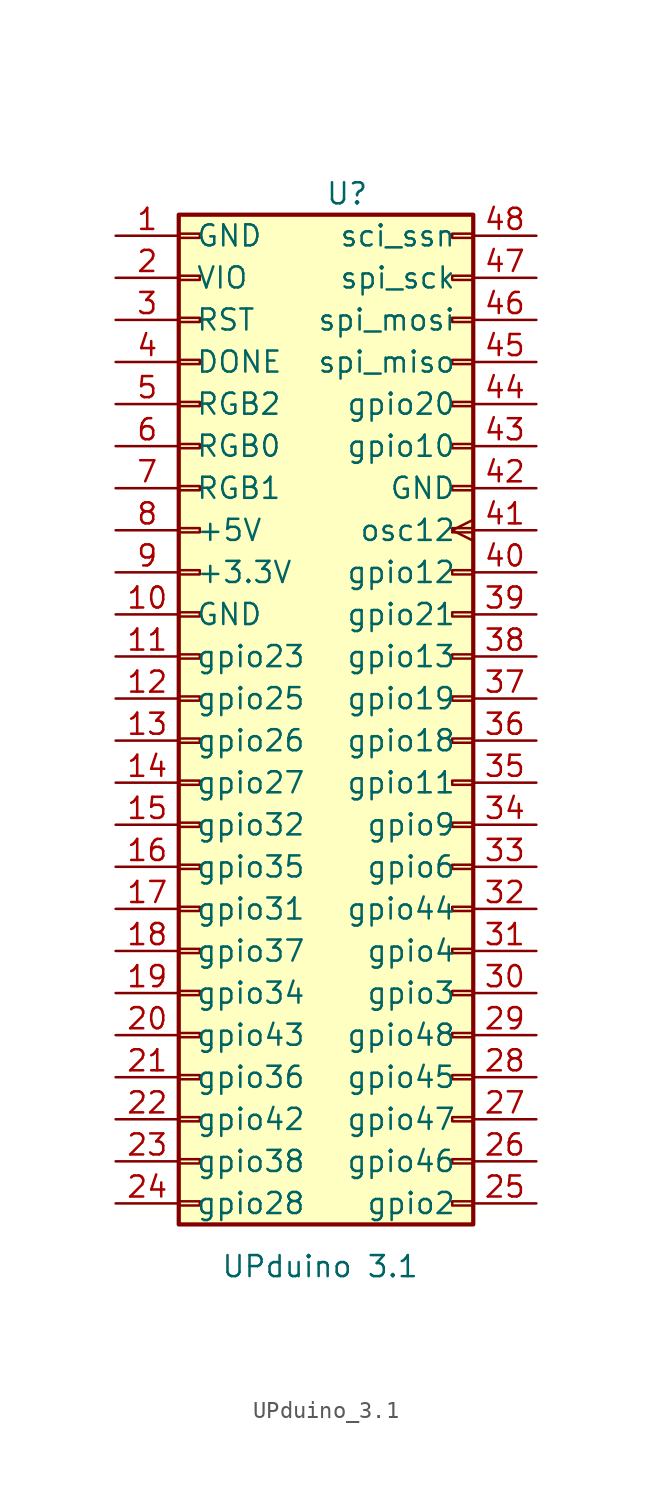
<source format=kicad_sym>
(kicad_symbol_lib
  (version 20220914)
  (generator kicad_symbol_editor)
  (symbol "UPduino_3.1"
    (pin_names
      (offset 1.016))
    (property "Reference" "U"
      (at 1.27 29.21 0)
      (effects (font (size 1.27 1.27))))
    (property "Value" "UPduino 3.1"
      (at -6.35 -35.56 0)
      (effects (font (size 1.27 1.27)) (justify left)))
    (symbol "UPduino_3.1_1_1"
      (rectangle (start -8.89 -31.623) (end -7.62 -31.877) (stroke (width 0.152) (type default)) (fill (type none)))
      (rectangle (start -8.89 -29.083) (end -7.62 -29.337) (stroke (width 0.152) (type default)) (fill (type none)))
      (rectangle (start -8.89 -26.543) (end -7.62 -26.797) (stroke (width 0.152) (type default)) (fill (type none)))
      (rectangle (start -8.89 -24.003) (end -7.62 -24.257) (stroke (width 0.152) (type default)) (fill (type none)))
      (rectangle (start -8.89 -21.463) (end -7.62 -21.717) (stroke (width 0.152) (type default)) (fill (type none)))
      (rectangle (start -8.89 -18.923) (end -7.62 -19.177) (stroke (width 0.152) (type default)) (fill (type none)))
      (rectangle (start -8.89 -16.383) (end -7.62 -16.637) (stroke (width 0.152) (type default)) (fill (type none)))
      (rectangle (start -8.89 -13.843) (end -7.62 -14.097) (stroke (width 0.152) (type default)) (fill (type none)))
      (rectangle (start -8.89 -11.303) (end -7.62 -11.557) (stroke (width 0.152) (type default)) (fill (type none)))
      (rectangle (start -8.89 -8.763) (end -7.62 -9.017) (stroke (width 0.152) (type default)) (fill (type none)))
      (rectangle (start -8.89 -6.223) (end -7.62 -6.477) (stroke (width 0.152) (type default)) (fill (type none)))
      (rectangle (start -8.89 -3.683) (end -7.62 -3.937) (stroke (width 0.152) (type default)) (fill (type none)))
      (rectangle (start -8.89 -1.143) (end -7.62 -1.397) (stroke (width 0.152) (type default)) (fill (type none)))
      (rectangle (start -8.89 1.397) (end -7.62 1.143) (stroke (width 0.152) (type default)) (fill (type none)))
      (rectangle (start -8.89 3.937) (end -7.62 3.683) (stroke (width 0.152) (type default)) (fill (type none)))
      (rectangle (start -8.89 6.477) (end -7.62 6.223) (stroke (width 0.152) (type default)) (fill (type none)))
      (rectangle (start -8.89 9.017) (end -7.62 8.763) (stroke (width 0.152) (type default)) (fill (type none)))
      (rectangle (start -8.89 11.557) (end -7.62 11.303) (stroke (width 0.152) (type default)) (fill (type none)))
      (rectangle (start -8.89 14.097) (end -7.62 13.843) (stroke (width 0.152) (type default)) (fill (type none)))
      (rectangle (start -8.89 16.637) (end -7.62 16.383) (stroke (width 0.152) (type default)) (fill (type none)))
      (rectangle (start -8.89 19.177) (end -7.62 18.923) (stroke (width 0.152) (type default)) (fill (type none)))
      (rectangle (start -8.89 21.717) (end -7.62 21.463) (stroke (width 0.152) (type default)) (fill (type none)))
      (rectangle (start -8.89 24.257) (end -7.62 24.003) (stroke (width 0.152) (type default)) (fill (type none)))
      (rectangle (start -8.89 26.797) (end -7.62 26.543) (stroke (width 0.152) (type default)) (fill (type none)))
      (rectangle (start -8.89 27.94) (end 8.89 -33.02) (stroke (width 0.254) (type default)) (fill (type background)))
      (rectangle (start 8.89 -31.623) (end 7.62 -31.877) (stroke (width 0.152) (type default)) (fill (type none)))
      (rectangle (start 8.89 -29.083) (end 7.62 -29.337) (stroke (width 0.152) (type default)) (fill (type none)))
      (rectangle (start 8.89 -26.543) (end 7.62 -26.797) (stroke (width 0.152) (type default)) (fill (type none)))
      (rectangle (start 8.89 -24.003) (end 7.62 -24.257) (stroke (width 0.152) (type default)) (fill (type none)))
      (rectangle (start 8.89 -21.463) (end 7.62 -21.717) (stroke (width 0.152) (type default)) (fill (type none)))
      (rectangle (start 8.89 -18.923) (end 7.62 -19.177) (stroke (width 0.152) (type default)) (fill (type none)))
      (rectangle (start 8.89 -16.383) (end 7.62 -16.637) (stroke (width 0.152) (type default)) (fill (type none)))
      (rectangle (start 8.89 -13.843) (end 7.62 -14.097) (stroke (width 0.152) (type default)) (fill (type none)))
      (rectangle (start 8.89 -11.303) (end 7.62 -11.557) (stroke (width 0.152) (type default)) (fill (type none)))
      (rectangle (start 8.89 -8.763) (end 7.62 -9.017) (stroke (width 0.152) (type default)) (fill (type none)))
      (rectangle (start 8.89 -6.223) (end 7.62 -6.477) (stroke (width 0.152) (type default)) (fill (type none)))
      (rectangle (start 8.89 -3.683) (end 7.62 -3.937) (stroke (width 0.152) (type default)) (fill (type none)))
      (rectangle (start 8.89 -1.143) (end 7.62 -1.397) (stroke (width 0.152) (type default)) (fill (type none)))
      (rectangle (start 8.89 1.397) (end 7.62 1.143) (stroke (width 0.152) (type default)) (fill (type none)))
      (rectangle (start 8.89 3.937) (end 7.62 3.683) (stroke (width 0.152) (type default)) (fill (type none)))
      (rectangle (start 8.89 6.477) (end 7.62 6.223) (stroke (width 0.152) (type default)) (fill (type none)))
      (rectangle (start 8.89 9.017) (end 7.62 8.763) (stroke (width 0.152) (type default)) (fill (type none)))
      (rectangle (start 8.89 11.557) (end 7.62 11.303) (stroke (width 0.152) (type default)) (fill (type none)))
      (rectangle (start 8.89 14.097) (end 7.62 13.843) (stroke (width 0.152) (type default)) (fill (type none)))
      (rectangle (start 8.89 16.637) (end 7.62 16.383) (stroke (width 0.152) (type default)) (fill (type none)))
      (rectangle (start 8.89 19.177) (end 7.62 18.923) (stroke (width 0.152) (type default)) (fill (type none)))
      (rectangle (start 8.89 21.717) (end 7.62 21.463) (stroke (width 0.152) (type default)) (fill (type none)))
      (rectangle (start 8.89 24.257) (end 7.62 24.003) (stroke (width 0.152) (type default)) (fill (type none)))
      (rectangle (start 8.89 26.797) (end 7.62 26.543) (stroke (width 0.152) (type default)) (fill (type none)))
      (pin power_in line (at -12.7 26.67 0) (length 3.81) (name "GND" (effects (font (size 1.27 1.27)))) (number "1" (effects (font (size 1.27 1.27)))))
      (pin power_in line (at -12.7 3.81 0) (length 3.81) (name "GND" (effects (font (size 1.27 1.27)))) (number "10" (effects (font (size 1.27 1.27)))))
      (pin bidirectional line (at -12.7 1.27 0) (length 3.81) (name "gpio23" (effects (font (size 1.27 1.27)))) (number "11" (effects (font (size 1.27 1.27)))))
      (pin bidirectional line (at -12.7 -1.27 0) (length 3.81) (name "gpio25" (effects (font (size 1.27 1.27)))) (number "12" (effects (font (size 1.27 1.27)))))
      (pin bidirectional line (at -12.7 -3.81 0) (length 3.81) (name "gpio26" (effects (font (size 1.27 1.27)))) (number "13" (effects (font (size 1.27 1.27)))))
      (pin bidirectional line (at -12.7 -6.35 0) (length 3.81) (name "gpio27" (effects (font (size 1.27 1.27)))) (number "14" (effects (font (size 1.27 1.27)))))
      (pin bidirectional line (at -12.7 -8.89 0) (length 3.81) (name "gpio32" (effects (font (size 1.27 1.27)))) (number "15" (effects (font (size 1.27 1.27)))))
      (pin bidirectional line (at -12.7 -11.43 0) (length 3.81) (name "gpio35" (effects (font (size 1.27 1.27)))) (number "16" (effects (font (size 1.27 1.27)))))
      (pin bidirectional line (at -12.7 -13.97 0) (length 3.81) (name "gpio31" (effects (font (size 1.27 1.27)))) (number "17" (effects (font (size 1.27 1.27)))))
      (pin bidirectional line (at -12.7 -16.51 0) (length 3.81) (name "gpio37" (effects (font (size 1.27 1.27)))) (number "18" (effects (font (size 1.27 1.27)))))
      (pin bidirectional line (at -12.7 -19.05 0) (length 3.81) (name "gpio34" (effects (font (size 1.27 1.27)))) (number "19" (effects (font (size 1.27 1.27)))))
      (pin passive line (at -12.7 24.13 0) (length 3.81) (name "VIO" (effects (font (size 1.27 1.27)))) (number "2" (effects (font (size 1.27 1.27)))))
      (pin bidirectional line (at -12.7 -21.59 0) (length 3.81) (name "gpio43" (effects (font (size 1.27 1.27)))) (number "20" (effects (font (size 1.27 1.27)))))
      (pin bidirectional line (at -12.7 -24.13 0) (length 3.81) (name "gpio36" (effects (font (size 1.27 1.27)))) (number "21" (effects (font (size 1.27 1.27)))))
      (pin bidirectional line (at -12.7 -26.67 0) (length 3.81) (name "gpio42" (effects (font (size 1.27 1.27)))) (number "22" (effects (font (size 1.27 1.27)))))
      (pin bidirectional line (at -12.7 -29.21 0) (length 3.81) (name "gpio38" (effects (font (size 1.27 1.27)))) (number "23" (effects (font (size 1.27 1.27)))))
      (pin bidirectional line (at -12.7 -31.75 0) (length 3.81) (name "gpio28" (effects (font (size 1.27 1.27)))) (number "24" (effects (font (size 1.27 1.27)))))
      (pin bidirectional line (at 12.7 -31.75 180) (length 3.81) (name "gpio2" (effects (font (size 1.27 1.27)))) (number "25" (effects (font (size 1.27 1.27)))))
      (pin bidirectional line (at 12.7 -29.21 180) (length 3.81) (name "gpio46" (effects (font (size 1.27 1.27)))) (number "26" (effects (font (size 1.27 1.27)))))
      (pin bidirectional line (at 12.7 -26.67 180) (length 3.81) (name "gpio47" (effects (font (size 1.27 1.27)))) (number "27" (effects (font (size 1.27 1.27)))))
      (pin bidirectional line (at 12.7 -24.13 180) (length 3.81) (name "gpio45" (effects (font (size 1.27 1.27)))) (number "28" (effects (font (size 1.27 1.27)))))
      (pin bidirectional line (at 12.7 -21.59 180) (length 3.81) (name "gpio48" (effects (font (size 1.27 1.27)))) (number "29" (effects (font (size 1.27 1.27)))))
      (pin input line (at -12.7 21.59 0) (length 3.81) (name "RST" (effects (font (size 1.27 1.27)))) (number "3" (effects (font (size 1.27 1.27)))))
      (pin bidirectional line (at 12.7 -19.05 180) (length 3.81) (name "gpio3" (effects (font (size 1.27 1.27)))) (number "30" (effects (font (size 1.27 1.27)))))
      (pin bidirectional line (at 12.7 -16.51 180) (length 3.81) (name "gpio4" (effects (font (size 1.27 1.27)))) (number "31" (effects (font (size 1.27 1.27)))))
      (pin bidirectional line (at 12.7 -13.97 180) (length 3.81) (name "gpio44" (effects (font (size 1.27 1.27)))) (number "32" (effects (font (size 1.27 1.27)))))
      (pin bidirectional line (at 12.7 -11.43 180) (length 3.81) (name "gpio6" (effects (font (size 1.27 1.27)))) (number "33" (effects (font (size 1.27 1.27)))))
      (pin bidirectional line (at 12.7 -8.89 180) (length 3.81) (name "gpio9" (effects (font (size 1.27 1.27)))) (number "34" (effects (font (size 1.27 1.27)))))
      (pin bidirectional line (at 12.7 -6.35 180) (length 3.81) (name "gpio11" (effects (font (size 1.27 1.27)))) (number "35" (effects (font (size 1.27 1.27)))))
      (pin bidirectional line (at 12.7 -3.81 180) (length 3.81) (name "gpio18" (effects (font (size 1.27 1.27)))) (number "36" (effects (font (size 1.27 1.27)))))
      (pin bidirectional line (at 12.7 -1.27 180) (length 3.81) (name "gpio19" (effects (font (size 1.27 1.27)))) (number "37" (effects (font (size 1.27 1.27)))))
      (pin bidirectional line (at 12.7 1.27 180) (length 3.81) (name "gpio13" (effects (font (size 1.27 1.27)))) (number "38" (effects (font (size 1.27 1.27)))))
      (pin bidirectional line (at 12.7 3.81 180) (length 3.81) (name "gpio21" (effects (font (size 1.27 1.27)))) (number "39" (effects (font (size 1.27 1.27)))))
      (pin input line (at -12.7 19.05 0) (length 3.81) (name "DONE" (effects (font (size 1.27 1.27)))) (number "4" (effects (font (size 1.27 1.27)))))
      (pin bidirectional line (at 12.7 6.35 180) (length 3.81) (name "gpio12" (effects (font (size 1.27 1.27)))) (number "40" (effects (font (size 1.27 1.27)))))
      (pin output clock (at 12.7 8.89 180) (length 3.81) (name "osc12" (effects (font (size 1.27 1.27)))) (number "41" (effects (font (size 1.27 1.27)))))
      (pin power_in line (at 12.7 11.43 180) (length 3.81) (name "GND" (effects (font (size 1.27 1.27)))) (number "42" (effects (font (size 1.27 1.27)))))
      (pin bidirectional line (at 12.7 13.97 180) (length 3.81) (name "gpio10" (effects (font (size 1.27 1.27)))) (number "43" (effects (font (size 1.27 1.27)))))
      (pin bidirectional line (at 12.7 16.51 180) (length 3.81) (name "gpio20" (effects (font (size 1.27 1.27)))) (number "44" (effects (font (size 1.27 1.27)))))
      (pin input line (at 12.7 19.05 180) (length 3.81) (name "spi_miso" (effects (font (size 1.27 1.27)))) (number "45" (effects (font (size 1.27 1.27)))))
      (pin output line (at 12.7 21.59 180) (length 3.81) (name "spi_mosi" (effects (font (size 1.27 1.27)))) (number "46" (effects (font (size 1.27 1.27)))))
      (pin output line (at 12.7 24.13 180) (length 3.81) (name "spi_sck" (effects (font (size 1.27 1.27)))) (number "47" (effects (font (size 1.27 1.27)))))
      (pin output line (at 12.7 26.67 180) (length 3.81) (name "sci_ssn" (effects (font (size 1.27 1.27)))) (number "48" (effects (font (size 1.27 1.27)))))
      (pin output line (at -12.7 16.51 0) (length 3.81) (name "RGB2" (effects (font (size 1.27 1.27)))) (number "5" (effects (font (size 1.27 1.27)))))
      (pin output line (at -12.7 13.97 0) (length 3.81) (name "RGB0" (effects (font (size 1.27 1.27)))) (number "6" (effects (font (size 1.27 1.27)))))
      (pin output line (at -12.7 11.43 0) (length 3.81) (name "RGB1" (effects (font (size 1.27 1.27)))) (number "7" (effects (font (size 1.27 1.27)))))
      (pin power_in line (at -12.7 8.89 0) (length 3.81) (name "+5V" (effects (font (size 1.27 1.27)))) (number "8" (effects (font (size 1.27 1.27)))))
      (pin power_out line (at -12.7 6.35 0) (length 3.81) (name "+3.3V" (effects (font (size 1.27 1.27)))) (number "9" (effects (font (size 1.27 1.27))))))))
</source>
